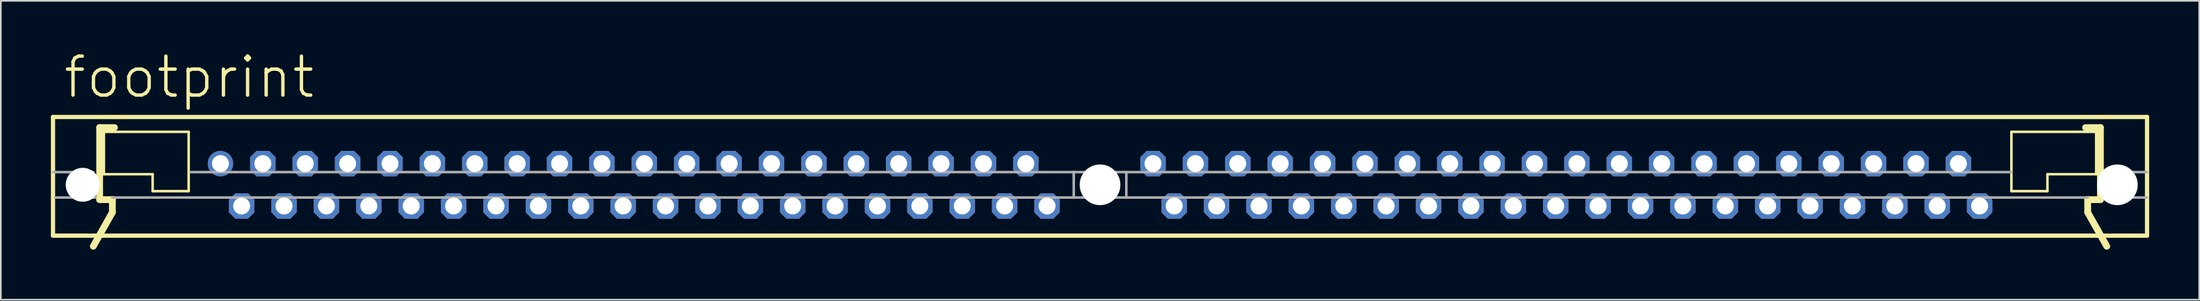
<source format=kicad_pcb>
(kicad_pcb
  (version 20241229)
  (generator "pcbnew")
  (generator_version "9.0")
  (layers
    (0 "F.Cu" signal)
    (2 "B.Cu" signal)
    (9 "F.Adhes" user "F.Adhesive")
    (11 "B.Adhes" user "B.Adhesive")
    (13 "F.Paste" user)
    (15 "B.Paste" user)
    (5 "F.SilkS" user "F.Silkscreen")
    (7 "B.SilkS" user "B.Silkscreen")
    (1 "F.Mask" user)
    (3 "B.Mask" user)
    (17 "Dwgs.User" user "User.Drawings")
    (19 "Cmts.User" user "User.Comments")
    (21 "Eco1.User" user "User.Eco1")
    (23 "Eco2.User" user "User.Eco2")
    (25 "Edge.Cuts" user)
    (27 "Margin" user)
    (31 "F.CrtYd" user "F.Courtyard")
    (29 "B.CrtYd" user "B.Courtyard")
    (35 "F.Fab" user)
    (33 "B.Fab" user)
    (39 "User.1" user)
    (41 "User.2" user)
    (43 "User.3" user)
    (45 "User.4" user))
  (footprint "footprint"
    (layer "F.Cu")
    (at 62.865 8.026)
    (property "Reference" "footprint" (at -62.23 -5.08 0) (layer "F.SilkS") (effects (font (size 2.337 2.337) (thickness 0.203)) (justify left bottom)))
    (fp_line (start -62.738 -4.064) (end 62.738 -4.064) (stroke (width 0.254) (type solid)) (layer "F.SilkS"))
    (fp_line (start -62.738 3.048) (end -62.738 -4.064) (stroke (width 0.254) (type solid)) (layer "F.SilkS"))
    (fp_line (start -59.944 -3.429) (end -59.944 0.889) (stroke (width 0.406) (type solid)) (layer "F.SilkS"))
    (fp_line (start -59.944 0.889) (end -59.182 0.889) (stroke (width 0.406) (type solid)) (layer "F.SilkS"))
    (fp_line (start -59.69 -3.175) (end -59.69 -0.635) (stroke (width 0.152) (type solid)) (layer "F.SilkS"))
    (fp_line (start -59.182 0.889) (end -59.182 1.651) (stroke (width 0.406) (type solid)) (layer "F.SilkS"))
    (fp_line (start -59.182 1.651) (end -60.325 3.683) (stroke (width 0.406) (type solid)) (layer "F.SilkS"))
    (fp_line (start -59.055 -3.429) (end -59.944 -3.429) (stroke (width 0.406) (type solid)) (layer "F.SilkS"))
    (fp_line (start -56.769 -0.635) (end -59.69 -0.635) (stroke (width 0.152) (type solid)) (layer "F.SilkS"))
    (fp_line (start -56.769 0.381) (end -56.769 -0.635) (stroke (width 0.152) (type solid)) (layer "F.SilkS"))
    (fp_line (start -56.769 0.381) (end -54.61 0.381) (stroke (width 0.152) (type solid)) (layer "F.SilkS"))
    (fp_line (start -54.61 -3.175) (end -59.69 -3.175) (stroke (width 0.152) (type solid)) (layer "F.SilkS"))
    (fp_line (start -54.61 0.381) (end -54.61 -3.175) (stroke (width 0.152) (type solid)) (layer "F.SilkS"))
    (fp_line (start 54.61 -3.175) (end 59.69 -3.175) (stroke (width 0.152) (type solid)) (layer "F.SilkS"))
    (fp_line (start 54.61 0.381) (end 54.61 -3.175) (stroke (width 0.152) (type solid)) (layer "F.SilkS"))
    (fp_line (start 56.769 -0.635) (end 59.69 -0.635) (stroke (width 0.152) (type solid)) (layer "F.SilkS"))
    (fp_line (start 56.769 0.381) (end 54.61 0.381) (stroke (width 0.152) (type solid)) (layer "F.SilkS"))
    (fp_line (start 56.769 0.381) (end 56.769 -0.635) (stroke (width 0.152) (type solid)) (layer "F.SilkS"))
    (fp_line (start 59.055 -3.429) (end 59.944 -3.429) (stroke (width 0.406) (type solid)) (layer "F.SilkS"))
    (fp_line (start 59.182 0.889) (end 59.182 1.651) (stroke (width 0.406) (type solid)) (layer "F.SilkS"))
    (fp_line (start 59.182 1.651) (end 60.325 3.683) (stroke (width 0.406) (type solid)) (layer "F.SilkS"))
    (fp_line (start 59.69 -3.175) (end 59.69 -0.635) (stroke (width 0.152) (type solid)) (layer "F.SilkS"))
    (fp_line (start 59.944 -3.429) (end 59.944 0.889) (stroke (width 0.406) (type solid)) (layer "F.SilkS"))
    (fp_line (start 59.944 0.889) (end 59.182 0.889) (stroke (width 0.406) (type solid)) (layer "F.SilkS"))
    (fp_line (start 62.738 -4.064) (end 62.738 3.048) (stroke (width 0.254) (type solid)) (layer "F.SilkS"))
    (fp_line (start 62.738 3.048) (end -62.738 3.048) (stroke (width 0.254) (type solid)) (layer "F.SilkS"))
    (fp_line (start -62.738 -0.762) (end -60.325 -0.762) (stroke (width 0.152) (type solid)) (layer "F.Fab"))
    (fp_line (start -62.611 0.762) (end -60.198 0.762) (stroke (width 0.152) (type solid)) (layer "F.Fab"))
    (fp_line (start -59.182 0.762) (end -1.575 0.762) (stroke (width 0.152) (type solid)) (layer "F.Fab"))
    (fp_line (start -54.483 -0.762) (end -1.575 -0.762) (stroke (width 0.152) (type solid)) (layer "F.Fab"))
    (fp_line (start -1.575 -0.762) (end 1.575 -0.762) (stroke (width 0.152) (type solid)) (layer "F.Fab"))
    (fp_line (start -1.575 0.762) (end -1.575 -0.762) (stroke (width 0.152) (type solid)) (layer "F.Fab"))
    (fp_line (start -1.575 0.762) (end 1.575 0.762) (stroke (width 0.152) (type solid)) (layer "F.Fab"))
    (fp_line (start 1.575 0.762) (end 1.575 -0.762) (stroke (width 0.152) (type solid)) (layer "F.Fab"))
    (fp_line (start 54.61 -0.762) (end 1.575 -0.762) (stroke (width 0.152) (type solid)) (layer "F.Fab"))
    (fp_line (start 59.182 0.762) (end 1.575 0.762) (stroke (width 0.152) (type solid)) (layer "F.Fab"))
    (fp_line (start 62.738 -0.762) (end 60.198 -0.762) (stroke (width 0.152) (type solid)) (layer "F.Fab"))
    (fp_line (start 62.738 0.762) (end 60.198 0.762) (stroke (width 0.152) (type solid)) (layer "F.Fab"))
    (pad "" np_thru_hole circle (at -60.96 0) (size 2.032 2.032) (drill 2.032) (layers "*.Cu" "*.Mask"))
    (pad "" np_thru_hole circle (at 0 0) (size 2.438 2.438) (drill 2.438) (layers "*.Cu" "*.Mask"))
    (pad "" np_thru_hole circle (at 60.96 0) (size 2.438 2.438) (drill 2.438) (layers "*.Cu" "*.Mask"))
    (pad "1" thru_hole circle (at -52.705 -1.27) (size 1.524 1.524) (drill 1.016) (layers "*.Cu" "*.Mask"))
    (pad "2" thru_hole roundrect (at -51.435 1.27) (size 1.524 1.524) (drill 1.016) (layers "*.Cu" "*.Mask") (roundrect_rratio 0.25) (chamfer_ratio 0.25) (chamfer top_left top_right bottom_left bottom_right))
    (pad "3" thru_hole roundrect (at -50.165 -1.27) (size 1.524 1.524) (drill 1.016) (layers "*.Cu" "*.Mask") (roundrect_rratio 0.25) (chamfer_ratio 0.25) (chamfer top_left top_right bottom_left bottom_right))
    (pad "4" thru_hole roundrect (at -48.895 1.27) (size 1.524 1.524) (drill 1.016) (layers "*.Cu" "*.Mask") (roundrect_rratio 0.25) (chamfer_ratio 0.25) (chamfer top_left top_right bottom_left bottom_right))
    (pad "5" thru_hole roundrect (at -47.625 -1.27) (size 1.524 1.524) (drill 1.016) (layers "*.Cu" "*.Mask") (roundrect_rratio 0.25) (chamfer_ratio 0.25) (chamfer top_left top_right bottom_left bottom_right))
    (pad "6" thru_hole roundrect (at -46.355 1.27) (size 1.524 1.524) (drill 1.016) (layers "*.Cu" "*.Mask") (roundrect_rratio 0.25) (chamfer_ratio 0.25) (chamfer top_left top_right bottom_left bottom_right))
    (pad "7" thru_hole roundrect (at -45.085 -1.27) (size 1.524 1.524) (drill 1.016) (layers "*.Cu" "*.Mask") (roundrect_rratio 0.25) (chamfer_ratio 0.25) (chamfer top_left top_right bottom_left bottom_right))
    (pad "8" thru_hole roundrect (at -43.815 1.27) (size 1.524 1.524) (drill 1.016) (layers "*.Cu" "*.Mask") (roundrect_rratio 0.25) (chamfer_ratio 0.25) (chamfer top_left top_right bottom_left bottom_right))
    (pad "9" thru_hole roundrect (at -42.545 -1.27) (size 1.524 1.524) (drill 1.016) (layers "*.Cu" "*.Mask") (roundrect_rratio 0.25) (chamfer_ratio 0.25) (chamfer top_left top_right bottom_left bottom_right))
    (pad "10" thru_hole roundrect (at -41.275 1.27) (size 1.524 1.524) (drill 1.016) (layers "*.Cu" "*.Mask") (roundrect_rratio 0.25) (chamfer_ratio 0.25) (chamfer top_left top_right bottom_left bottom_right))
    (pad "11" thru_hole roundrect (at -40.005 -1.27) (size 1.524 1.524) (drill 1.016) (layers "*.Cu" "*.Mask") (roundrect_rratio 0.25) (chamfer_ratio 0.25) (chamfer top_left top_right bottom_left bottom_right))
    (pad "12" thru_hole roundrect (at -38.735 1.27) (size 1.524 1.524) (drill 1.016) (layers "*.Cu" "*.Mask") (roundrect_rratio 0.25) (chamfer_ratio 0.25) (chamfer top_left top_right bottom_left bottom_right))
    (pad "13" thru_hole roundrect (at -37.465 -1.27) (size 1.524 1.524) (drill 1.016) (layers "*.Cu" "*.Mask") (roundrect_rratio 0.25) (chamfer_ratio 0.25) (chamfer top_left top_right bottom_left bottom_right))
    (pad "14" thru_hole roundrect (at -36.195 1.27) (size 1.524 1.524) (drill 1.016) (layers "*.Cu" "*.Mask") (roundrect_rratio 0.25) (chamfer_ratio 0.25) (chamfer top_left top_right bottom_left bottom_right))
    (pad "15" thru_hole roundrect (at -34.925 -1.27) (size 1.524 1.524) (drill 1.016) (layers "*.Cu" "*.Mask") (roundrect_rratio 0.25) (chamfer_ratio 0.25) (chamfer top_left top_right bottom_left bottom_right))
    (pad "16" thru_hole roundrect (at -33.655 1.27) (size 1.524 1.524) (drill 1.016) (layers "*.Cu" "*.Mask") (roundrect_rratio 0.25) (chamfer_ratio 0.25) (chamfer top_left top_right bottom_left bottom_right))
    (pad "17" thru_hole roundrect (at -32.385 -1.27) (size 1.524 1.524) (drill 1.016) (layers "*.Cu" "*.Mask") (roundrect_rratio 0.25) (chamfer_ratio 0.25) (chamfer top_left top_right bottom_left bottom_right))
    (pad "18" thru_hole roundrect (at -31.115 1.27) (size 1.524 1.524) (drill 1.016) (layers "*.Cu" "*.Mask") (roundrect_rratio 0.25) (chamfer_ratio 0.25) (chamfer top_left top_right bottom_left bottom_right))
    (pad "19" thru_hole roundrect (at -29.845 -1.27) (size 1.524 1.524) (drill 1.016) (layers "*.Cu" "*.Mask") (roundrect_rratio 0.25) (chamfer_ratio 0.25) (chamfer top_left top_right bottom_left bottom_right))
    (pad "20" thru_hole roundrect (at -28.575 1.27) (size 1.524 1.524) (drill 1.016) (layers "*.Cu" "*.Mask") (roundrect_rratio 0.25) (chamfer_ratio 0.25) (chamfer top_left top_right bottom_left bottom_right))
    (pad "21" thru_hole roundrect (at -27.305 -1.27) (size 1.524 1.524) (drill 1.016) (layers "*.Cu" "*.Mask") (roundrect_rratio 0.25) (chamfer_ratio 0.25) (chamfer top_left top_right bottom_left bottom_right))
    (pad "22" thru_hole roundrect (at -26.035 1.27) (size 1.524 1.524) (drill 1.016) (layers "*.Cu" "*.Mask") (roundrect_rratio 0.25) (chamfer_ratio 0.25) (chamfer top_left top_right bottom_left bottom_right))
    (pad "23" thru_hole roundrect (at -24.765 -1.27) (size 1.524 1.524) (drill 1.016) (layers "*.Cu" "*.Mask") (roundrect_rratio 0.25) (chamfer_ratio 0.25) (chamfer top_left top_right bottom_left bottom_right))
    (pad "24" thru_hole roundrect (at -23.495 1.27) (size 1.524 1.524) (drill 1.016) (layers "*.Cu" "*.Mask") (roundrect_rratio 0.25) (chamfer_ratio 0.25) (chamfer top_left top_right bottom_left bottom_right))
    (pad "25" thru_hole roundrect (at -22.225 -1.27) (size 1.524 1.524) (drill 1.016) (layers "*.Cu" "*.Mask") (roundrect_rratio 0.25) (chamfer_ratio 0.25) (chamfer top_left top_right bottom_left bottom_right))
    (pad "26" thru_hole roundrect (at -20.955 1.27) (size 1.524 1.524) (drill 1.016) (layers "*.Cu" "*.Mask") (roundrect_rratio 0.25) (chamfer_ratio 0.25) (chamfer top_left top_right bottom_left bottom_right))
    (pad "27" thru_hole roundrect (at -19.685 -1.27) (size 1.524 1.524) (drill 1.016) (layers "*.Cu" "*.Mask") (roundrect_rratio 0.25) (chamfer_ratio 0.25) (chamfer top_left top_right bottom_left bottom_right))
    (pad "28" thru_hole roundrect (at -18.415 1.27) (size 1.524 1.524) (drill 1.016) (layers "*.Cu" "*.Mask") (roundrect_rratio 0.25) (chamfer_ratio 0.25) (chamfer top_left top_right bottom_left bottom_right))
    (pad "29" thru_hole roundrect (at -17.145 -1.27) (size 1.524 1.524) (drill 1.016) (layers "*.Cu" "*.Mask") (roundrect_rratio 0.25) (chamfer_ratio 0.25) (chamfer top_left top_right bottom_left bottom_right))
    (pad "30" thru_hole roundrect (at -15.875 1.27) (size 1.524 1.524) (drill 1.016) (layers "*.Cu" "*.Mask") (roundrect_rratio 0.25) (chamfer_ratio 0.25) (chamfer top_left top_right bottom_left bottom_right))
    (pad "31" thru_hole roundrect (at -14.605 -1.27) (size 1.524 1.524) (drill 1.016) (layers "*.Cu" "*.Mask") (roundrect_rratio 0.25) (chamfer_ratio 0.25) (chamfer top_left top_right bottom_left bottom_right))
    (pad "32" thru_hole roundrect (at -13.335 1.27) (size 1.524 1.524) (drill 1.016) (layers "*.Cu" "*.Mask") (roundrect_rratio 0.25) (chamfer_ratio 0.25) (chamfer top_left top_right bottom_left bottom_right))
    (pad "33" thru_hole roundrect (at -12.065 -1.27) (size 1.524 1.524) (drill 1.016) (layers "*.Cu" "*.Mask") (roundrect_rratio 0.25) (chamfer_ratio 0.25) (chamfer top_left top_right bottom_left bottom_right))
    (pad "34" thru_hole roundrect (at -10.795 1.27) (size 1.524 1.524) (drill 1.016) (layers "*.Cu" "*.Mask") (roundrect_rratio 0.25) (chamfer_ratio 0.25) (chamfer top_left top_right bottom_left bottom_right))
    (pad "35" thru_hole roundrect (at -9.525 -1.27) (size 1.524 1.524) (drill 1.016) (layers "*.Cu" "*.Mask") (roundrect_rratio 0.25) (chamfer_ratio 0.25) (chamfer top_left top_right bottom_left bottom_right))
    (pad "36" thru_hole roundrect (at -8.255 1.27) (size 1.524 1.524) (drill 1.016) (layers "*.Cu" "*.Mask") (roundrect_rratio 0.25) (chamfer_ratio 0.25) (chamfer top_left top_right bottom_left bottom_right))
    (pad "37" thru_hole roundrect (at -6.985 -1.27) (size 1.524 1.524) (drill 1.016) (layers "*.Cu" "*.Mask") (roundrect_rratio 0.25) (chamfer_ratio 0.25) (chamfer top_left top_right bottom_left bottom_right))
    (pad "38" thru_hole roundrect (at -5.715 1.27) (size 1.524 1.524) (drill 1.016) (layers "*.Cu" "*.Mask") (roundrect_rratio 0.25) (chamfer_ratio 0.25) (chamfer top_left top_right bottom_left bottom_right))
    (pad "39" thru_hole roundrect (at -4.445 -1.27) (size 1.524 1.524) (drill 1.016) (layers "*.Cu" "*.Mask") (roundrect_rratio 0.25) (chamfer_ratio 0.25) (chamfer top_left top_right bottom_left bottom_right))
    (pad "40" thru_hole roundrect (at -3.175 1.27) (size 1.524 1.524) (drill 1.016) (layers "*.Cu" "*.Mask") (roundrect_rratio 0.25) (chamfer_ratio 0.25) (chamfer top_left top_right bottom_left bottom_right))
    (pad "41" thru_hole roundrect (at 3.175 -1.27) (size 1.524 1.524) (drill 1.016) (layers "*.Cu" "*.Mask") (roundrect_rratio 0.25) (chamfer_ratio 0.25) (chamfer top_left top_right bottom_left bottom_right))
    (pad "42" thru_hole roundrect (at 4.445 1.27) (size 1.524 1.524) (drill 1.016) (layers "*.Cu" "*.Mask") (roundrect_rratio 0.25) (chamfer_ratio 0.25) (chamfer top_left top_right bottom_left bottom_right))
    (pad "43" thru_hole roundrect (at 5.715 -1.27) (size 1.524 1.524) (drill 1.016) (layers "*.Cu" "*.Mask") (roundrect_rratio 0.25) (chamfer_ratio 0.25) (chamfer top_left top_right bottom_left bottom_right))
    (pad "44" thru_hole roundrect (at 6.985 1.27) (size 1.524 1.524) (drill 1.016) (layers "*.Cu" "*.Mask") (roundrect_rratio 0.25) (chamfer_ratio 0.25) (chamfer top_left top_right bottom_left bottom_right))
    (pad "45" thru_hole roundrect (at 8.255 -1.27) (size 1.524 1.524) (drill 1.016) (layers "*.Cu" "*.Mask") (roundrect_rratio 0.25) (chamfer_ratio 0.25) (chamfer top_left top_right bottom_left bottom_right))
    (pad "46" thru_hole roundrect (at 9.525 1.27) (size 1.524 1.524) (drill 1.016) (layers "*.Cu" "*.Mask") (roundrect_rratio 0.25) (chamfer_ratio 0.25) (chamfer top_left top_right bottom_left bottom_right))
    (pad "47" thru_hole roundrect (at 10.795 -1.27) (size 1.524 1.524) (drill 1.016) (layers "*.Cu" "*.Mask") (roundrect_rratio 0.25) (chamfer_ratio 0.25) (chamfer top_left top_right bottom_left bottom_right))
    (pad "48" thru_hole roundrect (at 12.065 1.27) (size 1.524 1.524) (drill 1.016) (layers "*.Cu" "*.Mask") (roundrect_rratio 0.25) (chamfer_ratio 0.25) (chamfer top_left top_right bottom_left bottom_right))
    (pad "49" thru_hole roundrect (at 13.335 -1.27) (size 1.524 1.524) (drill 1.016) (layers "*.Cu" "*.Mask") (roundrect_rratio 0.25) (chamfer_ratio 0.25) (chamfer top_left top_right bottom_left bottom_right))
    (pad "50" thru_hole roundrect (at 14.605 1.27) (size 1.524 1.524) (drill 1.016) (layers "*.Cu" "*.Mask") (roundrect_rratio 0.25) (chamfer_ratio 0.25) (chamfer top_left top_right bottom_left bottom_right))
    (pad "51" thru_hole roundrect (at 15.875 -1.27) (size 1.524 1.524) (drill 1.016) (layers "*.Cu" "*.Mask") (roundrect_rratio 0.25) (chamfer_ratio 0.25) (chamfer top_left top_right bottom_left bottom_right))
    (pad "52" thru_hole roundrect (at 17.145 1.27) (size 1.524 1.524) (drill 1.016) (layers "*.Cu" "*.Mask") (roundrect_rratio 0.25) (chamfer_ratio 0.25) (chamfer top_left top_right bottom_left bottom_right))
    (pad "53" thru_hole roundrect (at 18.415 -1.27) (size 1.524 1.524) (drill 1.016) (layers "*.Cu" "*.Mask") (roundrect_rratio 0.25) (chamfer_ratio 0.25) (chamfer top_left top_right bottom_left bottom_right))
    (pad "54" thru_hole roundrect (at 19.685 1.27) (size 1.524 1.524) (drill 1.016) (layers "*.Cu" "*.Mask") (roundrect_rratio 0.25) (chamfer_ratio 0.25) (chamfer top_left top_right bottom_left bottom_right))
    (pad "55" thru_hole roundrect (at 20.955 -1.27) (size 1.524 1.524) (drill 1.016) (layers "*.Cu" "*.Mask") (roundrect_rratio 0.25) (chamfer_ratio 0.25) (chamfer top_left top_right bottom_left bottom_right))
    (pad "56" thru_hole roundrect (at 22.225 1.27) (size 1.524 1.524) (drill 1.016) (layers "*.Cu" "*.Mask") (roundrect_rratio 0.25) (chamfer_ratio 0.25) (chamfer top_left top_right bottom_left bottom_right))
    (pad "57" thru_hole roundrect (at 23.495 -1.27) (size 1.524 1.524) (drill 1.016) (layers "*.Cu" "*.Mask") (roundrect_rratio 0.25) (chamfer_ratio 0.25) (chamfer top_left top_right bottom_left bottom_right))
    (pad "58" thru_hole roundrect (at 24.765 1.27) (size 1.524 1.524) (drill 1.016) (layers "*.Cu" "*.Mask") (roundrect_rratio 0.25) (chamfer_ratio 0.25) (chamfer top_left top_right bottom_left bottom_right))
    (pad "59" thru_hole roundrect (at 26.035 -1.27) (size 1.524 1.524) (drill 1.016) (layers "*.Cu" "*.Mask") (roundrect_rratio 0.25) (chamfer_ratio 0.25) (chamfer top_left top_right bottom_left bottom_right))
    (pad "60" thru_hole roundrect (at 27.305 1.27) (size 1.524 1.524) (drill 1.016) (layers "*.Cu" "*.Mask") (roundrect_rratio 0.25) (chamfer_ratio 0.25) (chamfer top_left top_right bottom_left bottom_right))
    (pad "61" thru_hole roundrect (at 28.575 -1.27) (size 1.524 1.524) (drill 1.016) (layers "*.Cu" "*.Mask") (roundrect_rratio 0.25) (chamfer_ratio 0.25) (chamfer top_left top_right bottom_left bottom_right))
    (pad "62" thru_hole roundrect (at 29.845 1.27) (size 1.524 1.524) (drill 1.016) (layers "*.Cu" "*.Mask") (roundrect_rratio 0.25) (chamfer_ratio 0.25) (chamfer top_left top_right bottom_left bottom_right))
    (pad "63" thru_hole roundrect (at 31.115 -1.27) (size 1.524 1.524) (drill 1.016) (layers "*.Cu" "*.Mask") (roundrect_rratio 0.25) (chamfer_ratio 0.25) (chamfer top_left top_right bottom_left bottom_right))
    (pad "64" thru_hole roundrect (at 32.385 1.27) (size 1.524 1.524) (drill 1.016) (layers "*.Cu" "*.Mask") (roundrect_rratio 0.25) (chamfer_ratio 0.25) (chamfer top_left top_right bottom_left bottom_right))
    (pad "65" thru_hole roundrect (at 33.655 -1.27) (size 1.524 1.524) (drill 1.016) (layers "*.Cu" "*.Mask") (roundrect_rratio 0.25) (chamfer_ratio 0.25) (chamfer top_left top_right bottom_left bottom_right))
    (pad "66" thru_hole roundrect (at 34.925 1.27) (size 1.524 1.524) (drill 1.016) (layers "*.Cu" "*.Mask") (roundrect_rratio 0.25) (chamfer_ratio 0.25) (chamfer top_left top_right bottom_left bottom_right))
    (pad "67" thru_hole roundrect (at 36.195 -1.27) (size 1.524 1.524) (drill 1.016) (layers "*.Cu" "*.Mask") (roundrect_rratio 0.25) (chamfer_ratio 0.25) (chamfer top_left top_right bottom_left bottom_right))
    (pad "68" thru_hole roundrect (at 37.465 1.27) (size 1.524 1.524) (drill 1.016) (layers "*.Cu" "*.Mask") (roundrect_rratio 0.25) (chamfer_ratio 0.25) (chamfer top_left top_right bottom_left bottom_right))
    (pad "69" thru_hole roundrect (at 38.735 -1.27) (size 1.524 1.524) (drill 1.016) (layers "*.Cu" "*.Mask") (roundrect_rratio 0.25) (chamfer_ratio 0.25) (chamfer top_left top_right bottom_left bottom_right))
    (pad "70" thru_hole roundrect (at 40.005 1.27) (size 1.524 1.524) (drill 1.016) (layers "*.Cu" "*.Mask") (roundrect_rratio 0.25) (chamfer_ratio 0.25) (chamfer top_left top_right bottom_left bottom_right))
    (pad "71" thru_hole roundrect (at 41.275 -1.27) (size 1.524 1.524) (drill 1.016) (layers "*.Cu" "*.Mask") (roundrect_rratio 0.25) (chamfer_ratio 0.25) (chamfer top_left top_right bottom_left bottom_right))
    (pad "72" thru_hole roundrect (at 42.545 1.27) (size 1.524 1.524) (drill 1.016) (layers "*.Cu" "*.Mask") (roundrect_rratio 0.25) (chamfer_ratio 0.25) (chamfer top_left top_right bottom_left bottom_right))
    (pad "73" thru_hole roundrect (at 43.815 -1.27) (size 1.524 1.524) (drill 1.016) (layers "*.Cu" "*.Mask") (roundrect_rratio 0.25) (chamfer_ratio 0.25) (chamfer top_left top_right bottom_left bottom_right))
    (pad "74" thru_hole roundrect (at 45.085 1.27) (size 1.524 1.524) (drill 1.016) (layers "*.Cu" "*.Mask") (roundrect_rratio 0.25) (chamfer_ratio 0.25) (chamfer top_left top_right bottom_left bottom_right))
    (pad "75" thru_hole roundrect (at 46.355 -1.27) (size 1.524 1.524) (drill 1.016) (layers "*.Cu" "*.Mask") (roundrect_rratio 0.25) (chamfer_ratio 0.25) (chamfer top_left top_right bottom_left bottom_right))
    (pad "76" thru_hole roundrect (at 47.625 1.27) (size 1.524 1.524) (drill 1.016) (layers "*.Cu" "*.Mask") (roundrect_rratio 0.25) (chamfer_ratio 0.25) (chamfer top_left top_right bottom_left bottom_right))
    (pad "77" thru_hole roundrect (at 48.895 -1.27) (size 1.524 1.524) (drill 1.016) (layers "*.Cu" "*.Mask") (roundrect_rratio 0.25) (chamfer_ratio 0.25) (chamfer top_left top_right bottom_left bottom_right))
    (pad "78" thru_hole roundrect (at 50.165 1.27) (size 1.524 1.524) (drill 1.016) (layers "*.Cu" "*.Mask") (roundrect_rratio 0.25) (chamfer_ratio 0.25) (chamfer top_left top_right bottom_left bottom_right))
    (pad "79" thru_hole roundrect (at 51.435 -1.27) (size 1.524 1.524) (drill 1.016) (layers "*.Cu" "*.Mask") (roundrect_rratio 0.25) (chamfer_ratio 0.25) (chamfer top_left top_right bottom_left bottom_right))
    (pad "80" thru_hole roundrect (at 52.705 1.27) (size 1.524 1.524) (drill 1.016) (layers "*.Cu" "*.Mask") (roundrect_rratio 0.25) (chamfer_ratio 0.25) (chamfer top_left top_right bottom_left bottom_right)))
  (gr_rect
    (start -3 -3)
    (end 128.73 14.913)
    (stroke (width 0.1) (type default))
    (fill no)
    (layer "Edge.Cuts")))
</source>
